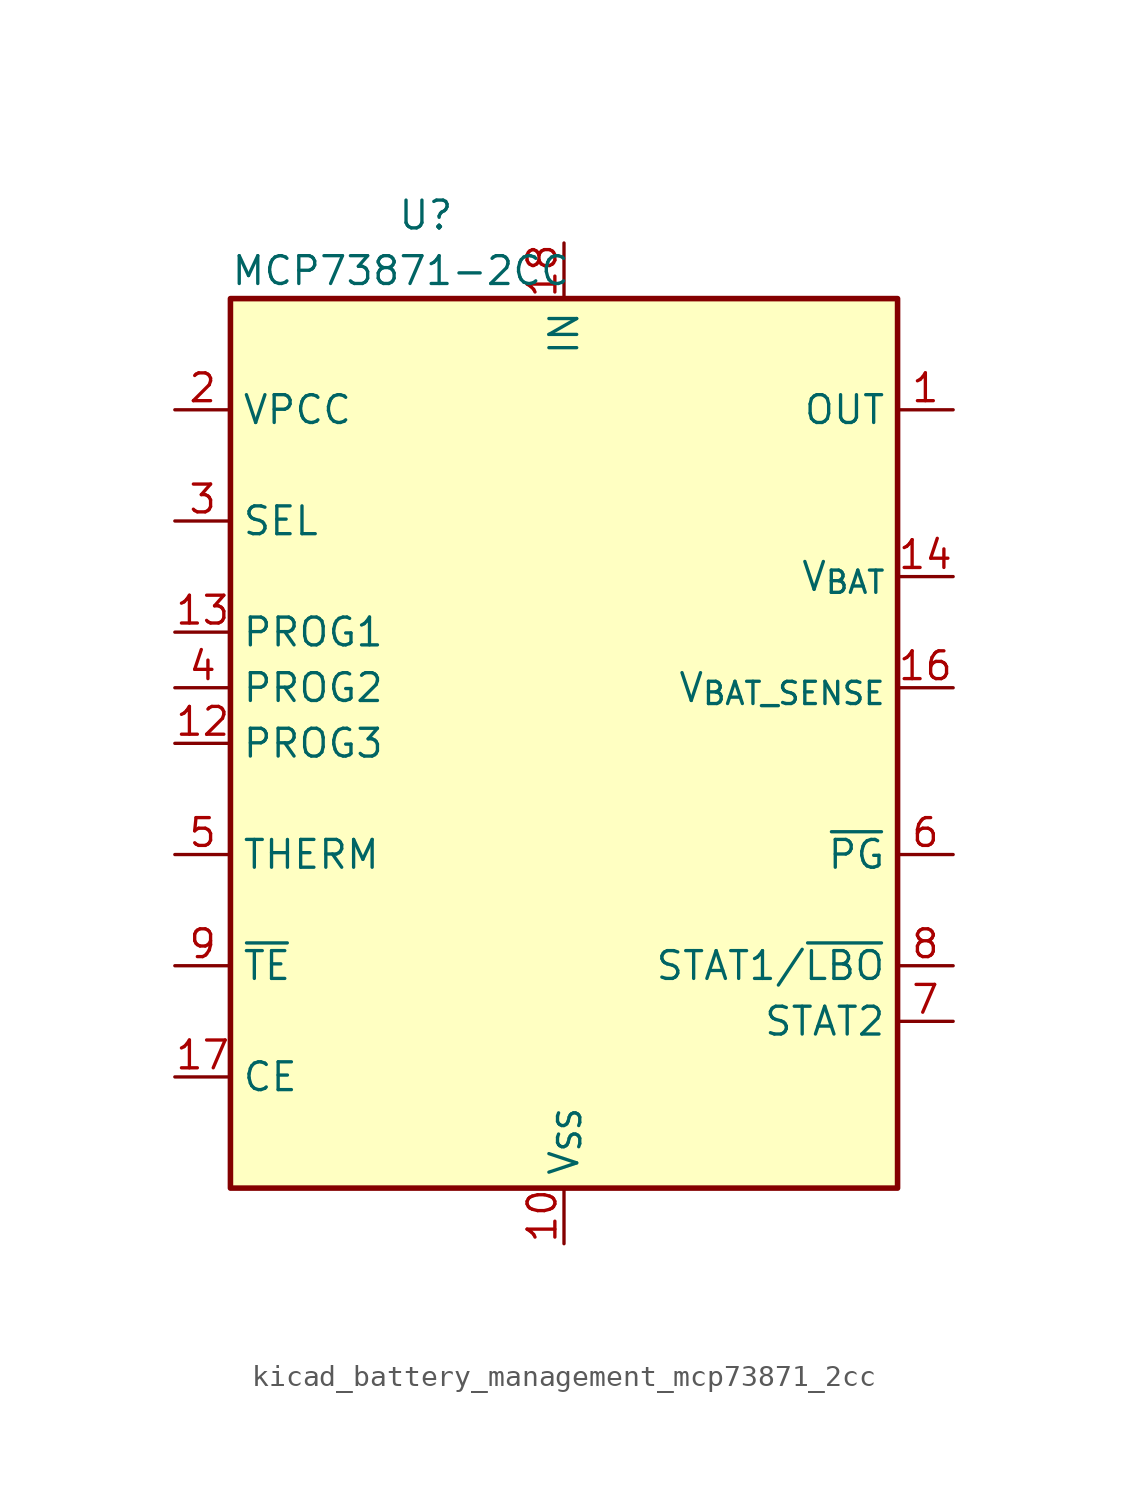
<source format=kicad_sym>
(kicad_symbol_lib
  (version 20220914)
  (generator kicad_symbol_editor)
  (symbol "kicad_battery_management_mcp73871_2cc"
    (property "Reference" "U"
      (at -7.62 24.13 0)
      (effects (font (size 1.27 1.27)) (justify left)))
    (property "Value" "MCP73871-2CC"
      (at -15.24 21.59 0)
      (effects (font (size 1.27 1.27)) (justify left)))
    (symbol "kicad_battery_management_mcp73871_2cc_0_1"
      (rectangle (start -15.24 20.32) (end 15.24 -20.32) (stroke (width 0.254) (type default)) (fill (type background))))
    (symbol "kicad_battery_management_mcp73871_2cc_1_1"
      (pin power_out line (at 17.78 15.24 180) (length 2.54) (name "OUT" (effects (font (size 1.27 1.27)))) (number "1" (effects (font (size 1.27 1.27)))))
      (pin power_in line (at 0 -22.86 90) (length 2.54) (name "V_{SS}" (effects (font (size 1.27 1.27)))) (number "10" (effects (font (size 1.27 1.27)))))
      (pin passive line (at 0 -22.86 90) (length 2.54) hide (name "V_{SS}" (effects (font (size 1.27 1.27)))) (number "11" (effects (font (size 1.27 1.27)))))
      (pin bidirectional line (at -17.78 0 0) (length 2.54) (name "PROG3" (effects (font (size 1.27 1.27)))) (number "12" (effects (font (size 1.27 1.27)))))
      (pin bidirectional line (at -17.78 5.08 0) (length 2.54) (name "PROG1" (effects (font (size 1.27 1.27)))) (number "13" (effects (font (size 1.27 1.27)))))
      (pin power_out line (at 17.78 7.62 180) (length 2.54) (name "V_{BAT}" (effects (font (size 1.27 1.27)))) (number "14" (effects (font (size 1.27 1.27)))))
      (pin passive line (at 17.78 7.62 180) (length 2.54) hide (name "V_{BAT}" (effects (font (size 1.27 1.27)))) (number "15" (effects (font (size 1.27 1.27)))))
      (pin input line (at 17.78 2.54 180) (length 2.54) (name "V_{BAT_SENSE}" (effects (font (size 1.27 1.27)))) (number "16" (effects (font (size 1.27 1.27)))))
      (pin input line (at -17.78 -15.24 0) (length 2.54) (name "CE" (effects (font (size 1.27 1.27)))) (number "17" (effects (font (size 1.27 1.27)))))
      (pin power_in line (at 0 22.86 270) (length 2.54) (name "IN" (effects (font (size 1.27 1.27)))) (number "18" (effects (font (size 1.27 1.27)))))
      (pin passive line (at 0 22.86 270) (length 2.54) hide (name "IN" (effects (font (size 1.27 1.27)))) (number "19" (effects (font (size 1.27 1.27)))))
      (pin input line (at -17.78 15.24 0) (length 2.54) (name "VPCC" (effects (font (size 1.27 1.27)))) (number "2" (effects (font (size 1.27 1.27)))))
      (pin passive line (at 17.78 15.24 180) (length 2.54) hide (name "OUT" (effects (font (size 1.27 1.27)))) (number "20" (effects (font (size 1.27 1.27)))))
      (pin passive line (at 0 -22.86 90) (length 2.54) hide (name "V_{SS}" (effects (font (size 1.27 1.27)))) (number "21" (effects (font (size 1.27 1.27)))))
      (pin input line (at -17.78 10.16 0) (length 2.54) (name "SEL" (effects (font (size 1.27 1.27)))) (number "3" (effects (font (size 1.27 1.27)))))
      (pin input line (at -17.78 2.54 0) (length 2.54) (name "PROG2" (effects (font (size 1.27 1.27)))) (number "4" (effects (font (size 1.27 1.27)))))
      (pin bidirectional line (at -17.78 -5.08 0) (length 2.54) (name "THERM" (effects (font (size 1.27 1.27)))) (number "5" (effects (font (size 1.27 1.27)))))
      (pin open_collector line (at 17.78 -5.08 180) (length 2.54) (name "~{PG}" (effects (font (size 1.27 1.27)))) (number "6" (effects (font (size 1.27 1.27)))))
      (pin open_collector line (at 17.78 -12.7 180) (length 2.54) (name "STAT2" (effects (font (size 1.27 1.27)))) (number "7" (effects (font (size 1.27 1.27)))))
      (pin open_collector line (at 17.78 -10.16 180) (length 2.54) (name "STAT1/~{LBO}" (effects (font (size 1.27 1.27)))) (number "8" (effects (font (size 1.27 1.27)))))
      (pin input line (at -17.78 -10.16 0) (length 2.54) (name "~{TE}" (effects (font (size 1.27 1.27)))) (number "9" (effects (font (size 1.27 1.27))))))))
</source>
